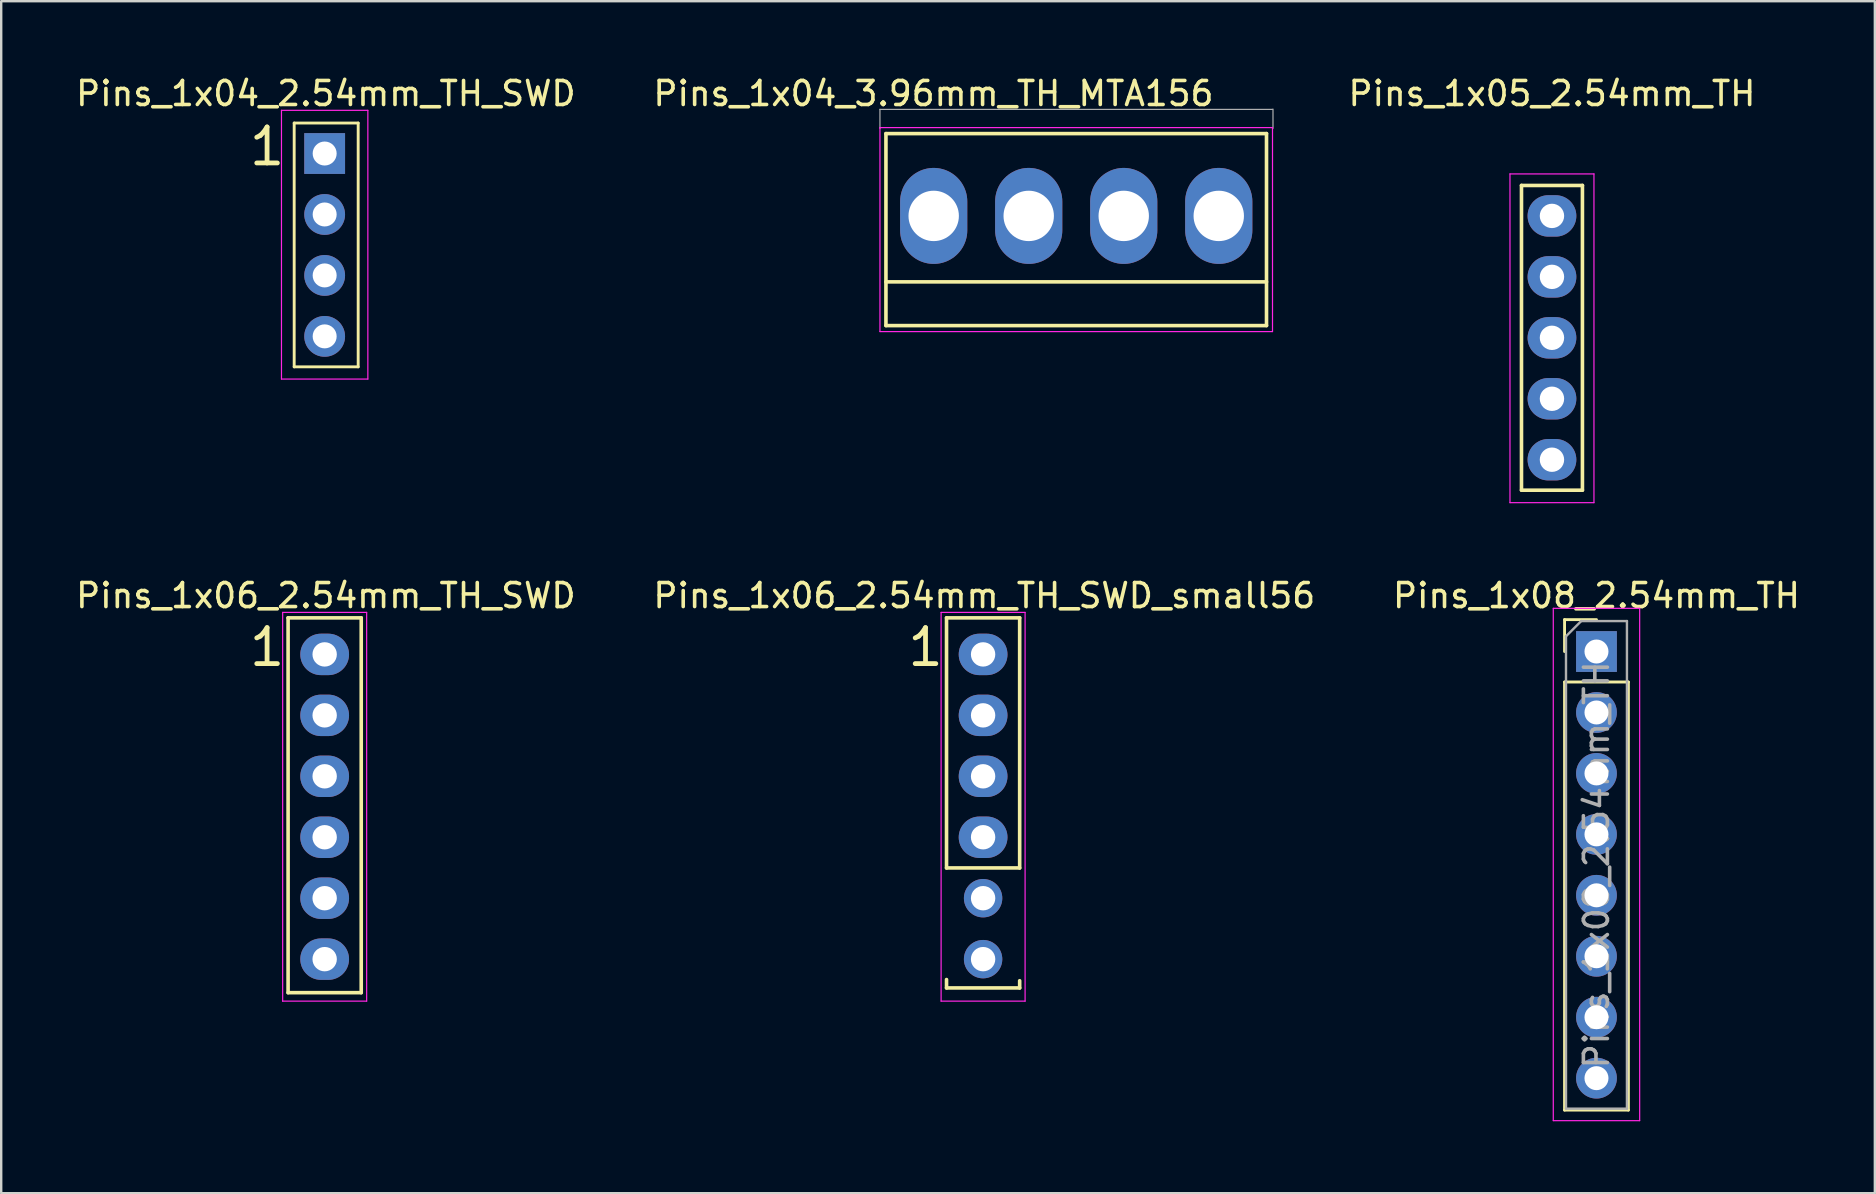
<source format=kicad_pcb>
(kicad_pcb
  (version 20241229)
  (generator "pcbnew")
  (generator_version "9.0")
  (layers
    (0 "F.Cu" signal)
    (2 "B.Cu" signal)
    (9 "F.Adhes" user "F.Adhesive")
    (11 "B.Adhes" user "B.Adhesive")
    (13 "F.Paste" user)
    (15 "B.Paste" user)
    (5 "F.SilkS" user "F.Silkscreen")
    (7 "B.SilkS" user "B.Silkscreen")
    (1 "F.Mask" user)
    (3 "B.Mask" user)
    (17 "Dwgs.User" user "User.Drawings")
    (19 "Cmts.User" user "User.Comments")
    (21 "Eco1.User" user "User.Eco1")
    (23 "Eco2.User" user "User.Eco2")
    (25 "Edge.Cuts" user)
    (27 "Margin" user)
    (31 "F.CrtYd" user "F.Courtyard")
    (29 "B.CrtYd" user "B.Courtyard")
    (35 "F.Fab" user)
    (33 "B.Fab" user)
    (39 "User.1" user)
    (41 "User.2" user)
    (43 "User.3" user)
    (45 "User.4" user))
  (footprint "Pins_1x06_2.54mm_TH_SWD_small56"
    (layer "F.Cu")
    (at 37.92 30.572)
    (property "Reference" "Pins_1x06_2.54mm_TH_SWD_small56" (at 0.05 -8.8 0) (layer "F.SilkS") (effects (font (size 1 1) (thickness 0.15))))
    (attr through_hole)
    (fp_line (start -1.524 2.55) (end -1.524 -7.874) (stroke (width 0.15) (type solid)) (layer "F.SilkS"))
    (fp_line (start -1.524 7.2) (end -1.524 7.55) (stroke (width 0.15) (type solid)) (layer "F.SilkS"))
    (fp_line (start -1.524 7.55) (end 1.524 7.55) (stroke (width 0.15) (type solid)) (layer "F.SilkS"))
    (fp_line (start 1.524 -7.874) (end -1.524 -7.874) (stroke (width 0.15) (type solid)) (layer "F.SilkS"))
    (fp_line (start 1.524 -7.874) (end 1.524 2.55) (stroke (width 0.15) (type solid)) (layer "F.SilkS"))
    (fp_line (start 1.524 2.55) (end -1.524 2.55) (stroke (width 0.15) (type solid)) (layer "F.SilkS"))
    (fp_line (start 1.524 7.55) (end 1.524 7.25) (stroke (width 0.15) (type solid)) (layer "F.SilkS"))
    (fp_line (start -1.75 -8.1) (end -1.75 8.1) (stroke (width 0.05) (type solid)) (layer "F.CrtYd"))
    (fp_line (start -1.75 -8.1) (end 1.75 -8.1) (stroke (width 0.05) (type solid)) (layer "F.CrtYd"))
    (fp_line (start -1.75 8.1) (end 1.75 8.1) (stroke (width 0.05) (type solid)) (layer "F.CrtYd"))
    (fp_line (start 1.75 -8.1) (end 1.75 8.1) (stroke (width 0.05) (type solid)) (layer "F.CrtYd"))
    (fp_text user "1" (at -2.4 -6.65 0) (layer "F.SilkS") (effects (font (size 1.5 1.5) (thickness 0.2))))
    (pad "1" thru_hole oval (at 0 -6.35) (size 2.032 1.727) (drill 1.016) (layers "*.Cu" "*.Mask"))
    (pad "2" thru_hole oval (at 0 -3.81) (size 2.032 1.727) (drill 1.016) (layers "*.Cu" "*.Mask"))
    (pad "3" thru_hole oval (at 0 -1.27) (size 2.032 1.727) (drill 1.016) (layers "*.Cu" "*.Mask"))
    (pad "4" thru_hole oval (at 0 1.27) (size 2.032 1.727) (drill 1.016) (layers "*.Cu" "*.Mask"))
    (pad "5" thru_hole circle (at 0 3.81) (size 1.6 1.6) (drill 1.016) (layers "*.Cu" "*.Mask"))
    (pad "6" thru_hole circle (at 0 6.35) (size 1.6 1.6) (drill 1.016) (layers "*.Cu" "*.Mask")))
  (footprint "Pins_1x04_3.96mm_TH_MTA156"
    (layer "F.Cu")
    (at 41.801 5.948)
    (property "Reference" "Pins_1x04_3.96mm_TH_MTA156" (at -5.95 -5.1 0) (layer "F.SilkS") (effects (font (size 1 1) (thickness 0.15))))
    (attr through_hole)
    (fp_line (start -7.93 -3.43) (end 7.93 -3.43) (stroke (width 0.15) (type solid)) (layer "F.SilkS"))
    (fp_line (start -7.93 4.57) (end -7.93 -3.43) (stroke (width 0.15) (type solid)) (layer "F.SilkS"))
    (fp_line (start 7.93 -3.43) (end 7.93 4.57) (stroke (width 0.15) (type solid)) (layer "F.SilkS"))
    (fp_line (start 7.93 2.75) (end -7.93 2.75) (stroke (width 0.15) (type solid)) (layer "F.SilkS"))
    (fp_line (start 7.93 4.57) (end -7.93 4.57) (stroke (width 0.15) (type solid)) (layer "F.SilkS"))
    (fp_line (start -8.18 -3.68) (end 8.18 -3.68) (stroke (width 0.05) (type solid)) (layer "F.CrtYd"))
    (fp_line (start -8.18 4.82) (end -8.18 -3.68) (stroke (width 0.05) (type solid)) (layer "F.CrtYd"))
    (fp_line (start 8.18 -3.68) (end 8.18 4.82) (stroke (width 0.05) (type solid)) (layer "F.CrtYd"))
    (fp_line (start 8.18 4.82) (end -8.18 4.82) (stroke (width 0.05) (type solid)) (layer "F.CrtYd"))
    (fp_line (start -8.18 -4.44) (end -8.18 -3.65) (stroke (width 0.05) (type solid)) (layer "F.Fab"))
    (fp_line (start -8.18 -4.44) (end 8.18 -4.44) (stroke (width 0.05) (type solid)) (layer "F.Fab"))
    (fp_line (start 8.2 -4.45) (end 8.2 -3.65) (stroke (width 0.05) (type solid)) (layer "F.Fab"))
    (pad "1" thru_hole oval (at -5.94 0) (size 2.8 4) (drill 2.1) (layers "*.Cu" "*.Mask"))
    (pad "2" thru_hole oval (at -1.98 0) (size 2.8 4) (drill 2.1) (layers "*.Cu" "*.Mask"))
    (pad "3" thru_hole oval (at 1.98 0) (size 2.8 4) (drill 2.1) (layers "*.Cu" "*.Mask"))
    (pad "4" thru_hole oval (at 5.94 0) (size 2.8 4) (drill 2.1) (layers "*.Cu" "*.Mask")))
  (footprint "Pins_1x04_2.54mm_TH_SWD"
    (layer "F.Cu")
    (at 10.48 7.158)
    (property "Reference" "Pins_1x04_2.54mm_TH_SWD" (at 0.05 -6.31 0) (layer "F.SilkS") (effects (font (size 1 1) (thickness 0.15))))
    (attr through_hole)
    (fp_line (start -1.27 -5.08) (end -1.27 5.08) (stroke (width 0.12) (type solid)) (layer "F.SilkS"))
    (fp_line (start -1.27 5.08) (end 1.397 5.08) (stroke (width 0.12) (type solid)) (layer "F.SilkS"))
    (fp_line (start 1.397 -5.08) (end -1.27 -5.08) (stroke (width 0.12) (type solid)) (layer "F.SilkS"))
    (fp_line (start 1.397 5.08) (end 1.397 -5.08) (stroke (width 0.12) (type solid)) (layer "F.SilkS"))
    (fp_line (start -1.8 -5.61) (end -1.8 5.59) (stroke (width 0.05) (type solid)) (layer "F.CrtYd"))
    (fp_line (start -1.8 5.59) (end 1.8 5.59) (stroke (width 0.05) (type solid)) (layer "F.CrtYd"))
    (fp_line (start 1.8 -5.61) (end -1.8 -5.61) (stroke (width 0.05) (type solid)) (layer "F.CrtYd"))
    (fp_line (start 1.8 5.59) (end 1.8 -5.61) (stroke (width 0.05) (type solid)) (layer "F.CrtYd"))
    (fp_text user "1" (at -2.4 -4.1 0) (layer "F.SilkS") (effects (font (size 1.5 1.5) (thickness 0.2))))
    (pad "1" thru_hole rect (at 0 -3.81) (size 1.7 1.7) (drill 1) (layers "*.Cu" "*.Mask"))
    (pad "2" thru_hole oval (at 0 -1.27) (size 1.7 1.7) (drill 1) (layers "*.Cu" "*.Mask"))
    (pad "3" thru_hole oval (at 0 1.27) (size 1.7 1.7) (drill 1) (layers "*.Cu" "*.Mask"))
    (pad "4" thru_hole oval (at 0 3.81) (size 1.7 1.7) (drill 1) (layers "*.Cu" "*.Mask")))
  (footprint "Pins_1x08_2.54mm_TH"
    (layer "F.Cu")
    (at 63.482 24.102)
    (property "Reference" "Pins_1x08_2.54mm_TH" (at 0 -2.33 0) (layer "F.SilkS") (effects (font (size 1 1) (thickness 0.15))))
    (attr through_hole)
    (fp_line (start -1.33 -1.33) (end 0 -1.33) (stroke (width 0.12) (type solid)) (layer "F.SilkS"))
    (fp_line (start -1.33 0) (end -1.33 -1.33) (stroke (width 0.12) (type solid)) (layer "F.SilkS"))
    (fp_line (start -1.33 1.27) (end -1.33 19.11) (stroke (width 0.12) (type solid)) (layer "F.SilkS"))
    (fp_line (start -1.33 1.27) (end 1.33 1.27) (stroke (width 0.12) (type solid)) (layer "F.SilkS"))
    (fp_line (start -1.33 19.11) (end 1.33 19.11) (stroke (width 0.12) (type solid)) (layer "F.SilkS"))
    (fp_line (start 1.33 1.27) (end 1.33 19.11) (stroke (width 0.12) (type solid)) (layer "F.SilkS"))
    (fp_line (start -1.8 -1.8) (end -1.8 19.55) (stroke (width 0.05) (type solid)) (layer "F.CrtYd"))
    (fp_line (start -1.8 19.55) (end 1.8 19.55) (stroke (width 0.05) (type solid)) (layer "F.CrtYd"))
    (fp_line (start 1.8 -1.8) (end -1.8 -1.8) (stroke (width 0.05) (type solid)) (layer "F.CrtYd"))
    (fp_line (start 1.8 19.55) (end 1.8 -1.8) (stroke (width 0.05) (type solid)) (layer "F.CrtYd"))
    (fp_line (start -1.27 -0.635) (end -0.635 -1.27) (stroke (width 0.1) (type solid)) (layer "F.Fab"))
    (fp_line (start -1.27 19.05) (end -1.27 -0.635) (stroke (width 0.1) (type solid)) (layer "F.Fab"))
    (fp_line (start -0.635 -1.27) (end 1.27 -1.27) (stroke (width 0.1) (type solid)) (layer "F.Fab"))
    (fp_line (start 1.27 -1.27) (end 1.27 19.05) (stroke (width 0.1) (type solid)) (layer "F.Fab"))
    (fp_line (start 1.27 19.05) (end -1.27 19.05) (stroke (width 0.1) (type solid)) (layer "F.Fab"))
    (fp_text user "${REFERENCE}" (at 0 8.89 90) (layer "F.Fab") (effects (font (size 1 1) (thickness 0.15))))
    (pad "1" thru_hole rect (at 0 0) (size 1.7 1.7) (drill 1) (layers "*.Cu" "*.Mask"))
    (pad "2" thru_hole oval (at 0 2.54) (size 1.7 1.7) (drill 1) (layers "*.Cu" "*.Mask"))
    (pad "3" thru_hole oval (at 0 5.08) (size 1.7 1.7) (drill 1) (layers "*.Cu" "*.Mask"))
    (pad "4" thru_hole oval (at 0 7.62) (size 1.7 1.7) (drill 1) (layers "*.Cu" "*.Mask"))
    (pad "5" thru_hole oval (at 0 10.16) (size 1.7 1.7) (drill 1) (layers "*.Cu" "*.Mask"))
    (pad "6" thru_hole oval (at 0 12.7) (size 1.7 1.7) (drill 1) (layers "*.Cu" "*.Mask"))
    (pad "7" thru_hole oval (at 0 15.24) (size 1.7 1.7) (drill 1) (layers "*.Cu" "*.Mask"))
    (pad "8" thru_hole oval (at 0 17.78) (size 1.7 1.7) (drill 1) (layers "*.Cu" "*.Mask")))
  (footprint "Pins_1x05_2.54mm_TH"
    (layer "F.Cu")
    (at 61.627 11.028)
    (property "Reference" "Pins_1x05_2.54mm_TH" (at 0 -10.18 0) (layer "F.SilkS") (effects (font (size 1 1) (thickness 0.15))))
    (attr through_hole)
    (fp_line (start -1.27 6.35) (end -1.27 -6.35) (stroke (width 0.15) (type solid)) (layer "F.SilkS"))
    (fp_line (start 1.27 -6.35) (end -1.27 -6.35) (stroke (width 0.15) (type solid)) (layer "F.SilkS"))
    (fp_line (start 1.27 -6.35) (end 1.27 6.35) (stroke (width 0.15) (type solid)) (layer "F.SilkS"))
    (fp_line (start 1.27 6.35) (end -1.27 6.35) (stroke (width 0.15) (type solid)) (layer "F.SilkS"))
    (fp_line (start -1.75 -6.83) (end -1.75 6.87) (stroke (width 0.05) (type solid)) (layer "F.CrtYd"))
    (fp_line (start -1.75 -6.83) (end 1.75 -6.83) (stroke (width 0.05) (type solid)) (layer "F.CrtYd"))
    (fp_line (start -1.75 6.87) (end 1.75 6.87) (stroke (width 0.05) (type solid)) (layer "F.CrtYd"))
    (fp_line (start 1.75 -6.83) (end 1.75 6.87) (stroke (width 0.05) (type solid)) (layer "F.CrtYd"))
    (pad "1" thru_hole oval (at 0 -5.08) (size 2.032 1.727) (drill 1.016) (layers "*.Cu" "*.Mask"))
    (pad "2" thru_hole oval (at 0 -2.54) (size 2.032 1.727) (drill 1.016) (layers "*.Cu" "*.Mask"))
    (pad "3" thru_hole oval (at 0 0) (size 2.032 1.727) (drill 1.016) (layers "*.Cu" "*.Mask"))
    (pad "4" thru_hole oval (at 0 2.54) (size 2.032 1.727) (drill 1.016) (layers "*.Cu" "*.Mask"))
    (pad "5" thru_hole oval (at 0 5.08) (size 2.032 1.727) (drill 1.016) (layers "*.Cu" "*.Mask")))
  (footprint "Pins_1x06_2.54mm_TH_SWD"
    (layer "F.Cu")
    (at 10.48 30.572)
    (property "Reference" "Pins_1x06_2.54mm_TH_SWD" (at 0.05 -8.8 0) (layer "F.SilkS") (effects (font (size 1 1) (thickness 0.15))))
    (attr through_hole)
    (fp_line (start -1.524 7.747) (end -1.524 -7.874) (stroke (width 0.15) (type solid)) (layer "F.SilkS"))
    (fp_line (start 1.524 -7.874) (end -1.524 -7.874) (stroke (width 0.15) (type solid)) (layer "F.SilkS"))
    (fp_line (start 1.524 -7.874) (end 1.524 7.747) (stroke (width 0.15) (type solid)) (layer "F.SilkS"))
    (fp_line (start 1.524 7.747) (end -1.524 7.747) (stroke (width 0.15) (type solid)) (layer "F.SilkS"))
    (fp_line (start -1.75 -8.1) (end -1.75 8.1) (stroke (width 0.05) (type solid)) (layer "F.CrtYd"))
    (fp_line (start -1.75 -8.1) (end 1.75 -8.1) (stroke (width 0.05) (type solid)) (layer "F.CrtYd"))
    (fp_line (start -1.75 8.1) (end 1.75 8.1) (stroke (width 0.05) (type solid)) (layer "F.CrtYd"))
    (fp_line (start 1.75 -8.1) (end 1.75 8.1) (stroke (width 0.05) (type solid)) (layer "F.CrtYd"))
    (fp_text user "1" (at -2.4 -6.65 0) (layer "F.SilkS") (effects (font (size 1.5 1.5) (thickness 0.2))))
    (pad "1" thru_hole oval (at 0 -6.35) (size 2.032 1.727) (drill 1.016) (layers "*.Cu" "*.Mask"))
    (pad "2" thru_hole oval (at 0 -3.81) (size 2.032 1.727) (drill 1.016) (layers "*.Cu" "*.Mask"))
    (pad "3" thru_hole oval (at 0 -1.27) (size 2.032 1.727) (drill 1.016) (layers "*.Cu" "*.Mask"))
    (pad "4" thru_hole oval (at 0 1.27) (size 2.032 1.727) (drill 1.016) (layers "*.Cu" "*.Mask"))
    (pad "5" thru_hole oval (at 0 3.81) (size 2.032 1.727) (drill 1.016) (layers "*.Cu" "*.Mask"))
    (pad "6" thru_hole oval (at 0 6.35) (size 2.032 1.727) (drill 1.016) (layers "*.Cu" "*.Mask")))
  (gr_rect
    (start -3 -3)
    (end 75.083 46.676)
    (stroke (width 0.1) (type default))
    (fill no)
    (layer "Edge.Cuts")))
</source>
